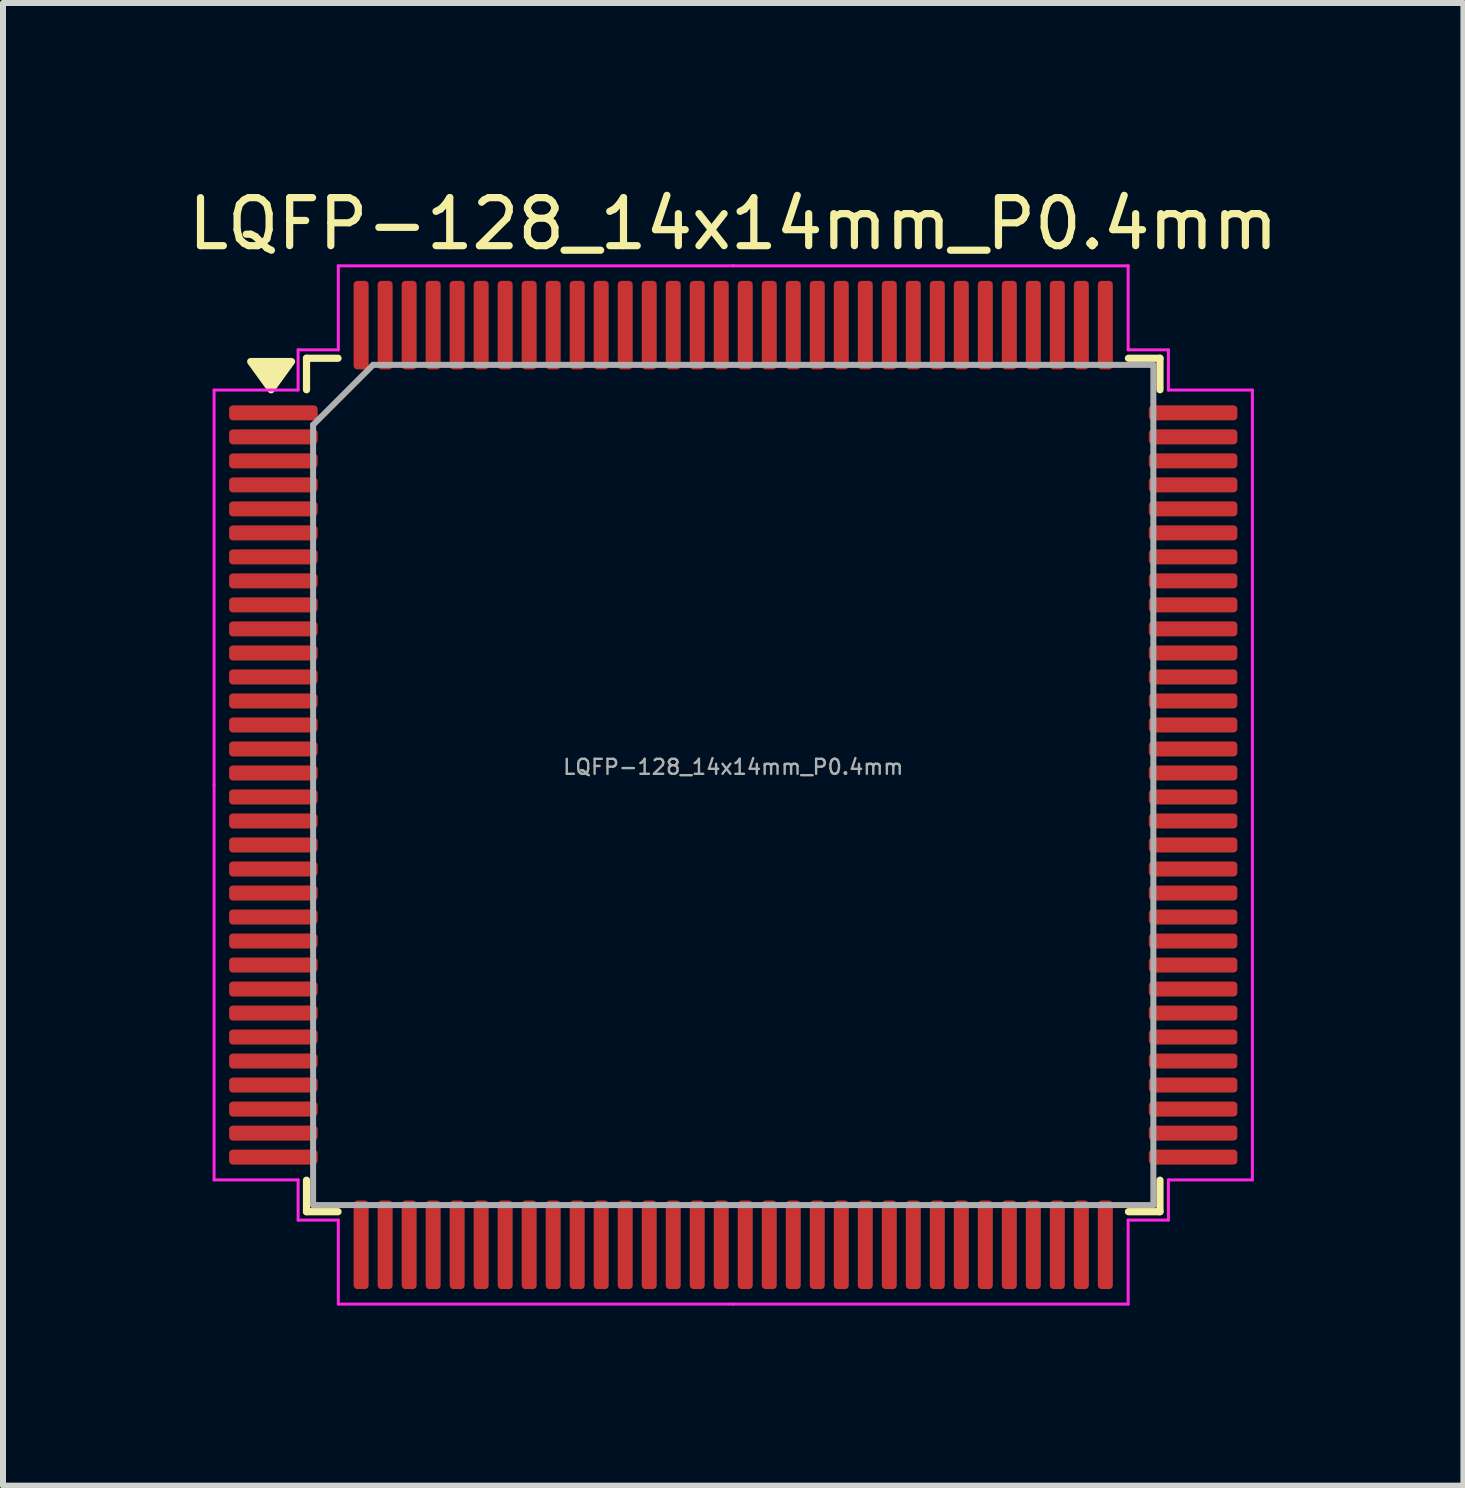
<source format=kicad_pcb>
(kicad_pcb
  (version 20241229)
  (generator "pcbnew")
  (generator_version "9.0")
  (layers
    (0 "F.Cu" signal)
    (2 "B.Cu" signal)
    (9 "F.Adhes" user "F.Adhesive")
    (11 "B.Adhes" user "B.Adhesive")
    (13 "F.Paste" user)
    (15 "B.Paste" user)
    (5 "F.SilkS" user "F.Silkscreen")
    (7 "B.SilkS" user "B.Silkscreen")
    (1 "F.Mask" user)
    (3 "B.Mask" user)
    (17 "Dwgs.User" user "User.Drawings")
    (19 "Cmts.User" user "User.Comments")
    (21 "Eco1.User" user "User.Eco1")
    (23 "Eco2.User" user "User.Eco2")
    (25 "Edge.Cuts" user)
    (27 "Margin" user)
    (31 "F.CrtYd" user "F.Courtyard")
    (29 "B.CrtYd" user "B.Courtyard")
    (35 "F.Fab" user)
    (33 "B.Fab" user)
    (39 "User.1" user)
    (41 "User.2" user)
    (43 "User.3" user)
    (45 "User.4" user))
  (footprint "LQFP-128_14x14mm_P0.4mm"
    (layer "F.Cu")
    (at 9.167 10.029)
    (property "Reference" "LQFP-128_14x14mm_P0.4mm" (at 0 -9.35 0) (layer "F.SilkS") (effects (font (size 0.8 0.8) (thickness 0.12))))
    (attr smd)
    (fp_line (start -7.11 -7.11) (end -7.11 -6.585) (stroke (width 0.12) (type solid)) (layer "F.SilkS"))
    (fp_line (start -7.11 7.11) (end -7.11 6.585) (stroke (width 0.12) (type solid)) (layer "F.SilkS"))
    (fp_line (start -6.585 -7.11) (end -7.11 -7.11) (stroke (width 0.12) (type solid)) (layer "F.SilkS"))
    (fp_line (start -6.585 7.11) (end -7.11 7.11) (stroke (width 0.12) (type solid)) (layer "F.SilkS"))
    (fp_line (start 6.585 -7.11) (end 7.11 -7.11) (stroke (width 0.12) (type solid)) (layer "F.SilkS"))
    (fp_line (start 6.585 7.11) (end 7.11 7.11) (stroke (width 0.12) (type solid)) (layer "F.SilkS"))
    (fp_line (start 7.11 -7.11) (end 7.11 -6.585) (stroke (width 0.12) (type solid)) (layer "F.SilkS"))
    (fp_line (start 7.11 7.11) (end 7.11 6.585) (stroke (width 0.12) (type solid)) (layer "F.SilkS"))
    (fp_poly (pts (xy -7.7 -6.585) (xy -8.04 -7.055) (xy -7.36 -7.055) (xy -7.7 -6.585)) (stroke (width 0.12) (type solid)) (fill yes) (layer "F.SilkS"))
    (fp_line (start -8.65 -6.58) (end -8.65 0) (stroke (width 0.05) (type solid)) (layer "F.CrtYd"))
    (fp_line (start -8.65 6.58) (end -8.65 0) (stroke (width 0.05) (type solid)) (layer "F.CrtYd"))
    (fp_line (start -7.25 -7.25) (end -7.25 -6.58) (stroke (width 0.05) (type solid)) (layer "F.CrtYd"))
    (fp_line (start -7.25 -6.58) (end -8.65 -6.58) (stroke (width 0.05) (type solid)) (layer "F.CrtYd"))
    (fp_line (start -7.25 6.58) (end -8.65 6.58) (stroke (width 0.05) (type solid)) (layer "F.CrtYd"))
    (fp_line (start -7.25 7.25) (end -7.25 6.58) (stroke (width 0.05) (type solid)) (layer "F.CrtYd"))
    (fp_line (start -6.58 -8.65) (end -6.58 -7.25) (stroke (width 0.05) (type solid)) (layer "F.CrtYd"))
    (fp_line (start -6.58 -7.25) (end -7.25 -7.25) (stroke (width 0.05) (type solid)) (layer "F.CrtYd"))
    (fp_line (start -6.58 7.25) (end -7.25 7.25) (stroke (width 0.05) (type solid)) (layer "F.CrtYd"))
    (fp_line (start -6.58 8.65) (end -6.58 7.25) (stroke (width 0.05) (type solid)) (layer "F.CrtYd"))
    (fp_line (start 0 -8.65) (end -6.58 -8.65) (stroke (width 0.05) (type solid)) (layer "F.CrtYd"))
    (fp_line (start 0 -8.65) (end 6.58 -8.65) (stroke (width 0.05) (type solid)) (layer "F.CrtYd"))
    (fp_line (start 0 8.65) (end -6.58 8.65) (stroke (width 0.05) (type solid)) (layer "F.CrtYd"))
    (fp_line (start 0 8.65) (end 6.58 8.65) (stroke (width 0.05) (type solid)) (layer "F.CrtYd"))
    (fp_line (start 6.58 -8.65) (end 6.58 -7.25) (stroke (width 0.05) (type solid)) (layer "F.CrtYd"))
    (fp_line (start 6.58 -7.25) (end 7.25 -7.25) (stroke (width 0.05) (type solid)) (layer "F.CrtYd"))
    (fp_line (start 6.58 7.25) (end 7.25 7.25) (stroke (width 0.05) (type solid)) (layer "F.CrtYd"))
    (fp_line (start 6.58 8.65) (end 6.58 7.25) (stroke (width 0.05) (type solid)) (layer "F.CrtYd"))
    (fp_line (start 7.25 -7.25) (end 7.25 -6.58) (stroke (width 0.05) (type solid)) (layer "F.CrtYd"))
    (fp_line (start 7.25 -6.58) (end 8.65 -6.58) (stroke (width 0.05) (type solid)) (layer "F.CrtYd"))
    (fp_line (start 7.25 6.58) (end 8.65 6.58) (stroke (width 0.05) (type solid)) (layer "F.CrtYd"))
    (fp_line (start 7.25 7.25) (end 7.25 6.58) (stroke (width 0.05) (type solid)) (layer "F.CrtYd"))
    (fp_line (start 8.65 -6.58) (end 8.65 0) (stroke (width 0.05) (type solid)) (layer "F.CrtYd"))
    (fp_line (start 8.65 6.58) (end 8.65 0) (stroke (width 0.05) (type solid)) (layer "F.CrtYd"))
    (fp_line (start -7 -6) (end -6 -7) (stroke (width 0.1) (type solid)) (layer "F.Fab"))
    (fp_line (start -7 7) (end -7 -6) (stroke (width 0.1) (type solid)) (layer "F.Fab"))
    (fp_line (start -6 -7) (end 7 -7) (stroke (width 0.1) (type solid)) (layer "F.Fab"))
    (fp_line (start 7 -7) (end 7 7) (stroke (width 0.1) (type solid)) (layer "F.Fab"))
    (fp_line (start 7 7) (end -7 7) (stroke (width 0.1) (type solid)) (layer "F.Fab"))
    (fp_text user "${REFERENCE}" (at 0 -0.3 0) (layer "F.Fab") (effects (font (size 0.25 0.25) (thickness 0.04))))
    (pad "1" smd roundrect (at -7.662 -6.2) (size 1.475 0.25) (layers "F.Cu" "F.Mask" "F.Paste") (roundrect_rratio 0.25))
    (pad "2" smd roundrect (at -7.662 -5.8) (size 1.475 0.25) (layers "F.Cu" "F.Mask" "F.Paste") (roundrect_rratio 0.25))
    (pad "3" smd roundrect (at -7.662 -5.4) (size 1.475 0.25) (layers "F.Cu" "F.Mask" "F.Paste") (roundrect_rratio 0.25))
    (pad "4" smd roundrect (at -7.662 -5) (size 1.475 0.25) (layers "F.Cu" "F.Mask" "F.Paste") (roundrect_rratio 0.25))
    (pad "5" smd roundrect (at -7.662 -4.6) (size 1.475 0.25) (layers "F.Cu" "F.Mask" "F.Paste") (roundrect_rratio 0.25))
    (pad "6" smd roundrect (at -7.662 -4.2) (size 1.475 0.25) (layers "F.Cu" "F.Mask" "F.Paste") (roundrect_rratio 0.25))
    (pad "7" smd roundrect (at -7.662 -3.8) (size 1.475 0.25) (layers "F.Cu" "F.Mask" "F.Paste") (roundrect_rratio 0.25))
    (pad "8" smd roundrect (at -7.662 -3.4) (size 1.475 0.25) (layers "F.Cu" "F.Mask" "F.Paste") (roundrect_rratio 0.25))
    (pad "9" smd roundrect (at -7.662 -3) (size 1.475 0.25) (layers "F.Cu" "F.Mask" "F.Paste") (roundrect_rratio 0.25))
    (pad "10" smd roundrect (at -7.662 -2.6) (size 1.475 0.25) (layers "F.Cu" "F.Mask" "F.Paste") (roundrect_rratio 0.25))
    (pad "11" smd roundrect (at -7.662 -2.2) (size 1.475 0.25) (layers "F.Cu" "F.Mask" "F.Paste") (roundrect_rratio 0.25))
    (pad "12" smd roundrect (at -7.662 -1.8) (size 1.475 0.25) (layers "F.Cu" "F.Mask" "F.Paste") (roundrect_rratio 0.25))
    (pad "13" smd roundrect (at -7.662 -1.4) (size 1.475 0.25) (layers "F.Cu" "F.Mask" "F.Paste") (roundrect_rratio 0.25))
    (pad "14" smd roundrect (at -7.662 -1) (size 1.475 0.25) (layers "F.Cu" "F.Mask" "F.Paste") (roundrect_rratio 0.25))
    (pad "15" smd roundrect (at -7.662 -0.6) (size 1.475 0.25) (layers "F.Cu" "F.Mask" "F.Paste") (roundrect_rratio 0.25))
    (pad "16" smd roundrect (at -7.662 -0.2) (size 1.475 0.25) (layers "F.Cu" "F.Mask" "F.Paste") (roundrect_rratio 0.25))
    (pad "17" smd roundrect (at -7.662 0.2) (size 1.475 0.25) (layers "F.Cu" "F.Mask" "F.Paste") (roundrect_rratio 0.25))
    (pad "18" smd roundrect (at -7.662 0.6) (size 1.475 0.25) (layers "F.Cu" "F.Mask" "F.Paste") (roundrect_rratio 0.25))
    (pad "19" smd roundrect (at -7.662 1) (size 1.475 0.25) (layers "F.Cu" "F.Mask" "F.Paste") (roundrect_rratio 0.25))
    (pad "20" smd roundrect (at -7.662 1.4) (size 1.475 0.25) (layers "F.Cu" "F.Mask" "F.Paste") (roundrect_rratio 0.25))
    (pad "21" smd roundrect (at -7.662 1.8) (size 1.475 0.25) (layers "F.Cu" "F.Mask" "F.Paste") (roundrect_rratio 0.25))
    (pad "22" smd roundrect (at -7.662 2.2) (size 1.475 0.25) (layers "F.Cu" "F.Mask" "F.Paste") (roundrect_rratio 0.25))
    (pad "23" smd roundrect (at -7.662 2.6) (size 1.475 0.25) (layers "F.Cu" "F.Mask" "F.Paste") (roundrect_rratio 0.25))
    (pad "24" smd roundrect (at -7.662 3) (size 1.475 0.25) (layers "F.Cu" "F.Mask" "F.Paste") (roundrect_rratio 0.25))
    (pad "25" smd roundrect (at -7.662 3.4) (size 1.475 0.25) (layers "F.Cu" "F.Mask" "F.Paste") (roundrect_rratio 0.25))
    (pad "26" smd roundrect (at -7.662 3.8) (size 1.475 0.25) (layers "F.Cu" "F.Mask" "F.Paste") (roundrect_rratio 0.25))
    (pad "27" smd roundrect (at -7.662 4.2) (size 1.475 0.25) (layers "F.Cu" "F.Mask" "F.Paste") (roundrect_rratio 0.25))
    (pad "28" smd roundrect (at -7.662 4.6) (size 1.475 0.25) (layers "F.Cu" "F.Mask" "F.Paste") (roundrect_rratio 0.25))
    (pad "29" smd roundrect (at -7.662 5) (size 1.475 0.25) (layers "F.Cu" "F.Mask" "F.Paste") (roundrect_rratio 0.25))
    (pad "30" smd roundrect (at -7.662 5.4) (size 1.475 0.25) (layers "F.Cu" "F.Mask" "F.Paste") (roundrect_rratio 0.25))
    (pad "31" smd roundrect (at -7.662 5.8) (size 1.475 0.25) (layers "F.Cu" "F.Mask" "F.Paste") (roundrect_rratio 0.25))
    (pad "32" smd roundrect (at -7.662 6.2) (size 1.475 0.25) (layers "F.Cu" "F.Mask" "F.Paste") (roundrect_rratio 0.25))
    (pad "33" smd roundrect (at -6.2 7.662) (size 0.25 1.475) (layers "F.Cu" "F.Mask" "F.Paste") (roundrect_rratio 0.25))
    (pad "34" smd roundrect (at -5.8 7.662) (size 0.25 1.475) (layers "F.Cu" "F.Mask" "F.Paste") (roundrect_rratio 0.25))
    (pad "35" smd roundrect (at -5.4 7.662) (size 0.25 1.475) (layers "F.Cu" "F.Mask" "F.Paste") (roundrect_rratio 0.25))
    (pad "36" smd roundrect (at -5 7.662) (size 0.25 1.475) (layers "F.Cu" "F.Mask" "F.Paste") (roundrect_rratio 0.25))
    (pad "37" smd roundrect (at -4.6 7.662) (size 0.25 1.475) (layers "F.Cu" "F.Mask" "F.Paste") (roundrect_rratio 0.25))
    (pad "38" smd roundrect (at -4.2 7.662) (size 0.25 1.475) (layers "F.Cu" "F.Mask" "F.Paste") (roundrect_rratio 0.25))
    (pad "39" smd roundrect (at -3.8 7.662) (size 0.25 1.475) (layers "F.Cu" "F.Mask" "F.Paste") (roundrect_rratio 0.25))
    (pad "40" smd roundrect (at -3.4 7.662) (size 0.25 1.475) (layers "F.Cu" "F.Mask" "F.Paste") (roundrect_rratio 0.25))
    (pad "41" smd roundrect (at -3 7.662) (size 0.25 1.475) (layers "F.Cu" "F.Mask" "F.Paste") (roundrect_rratio 0.25))
    (pad "42" smd roundrect (at -2.6 7.662) (size 0.25 1.475) (layers "F.Cu" "F.Mask" "F.Paste") (roundrect_rratio 0.25))
    (pad "43" smd roundrect (at -2.2 7.662) (size 0.25 1.475) (layers "F.Cu" "F.Mask" "F.Paste") (roundrect_rratio 0.25))
    (pad "44" smd roundrect (at -1.8 7.662) (size 0.25 1.475) (layers "F.Cu" "F.Mask" "F.Paste") (roundrect_rratio 0.25))
    (pad "45" smd roundrect (at -1.4 7.662) (size 0.25 1.475) (layers "F.Cu" "F.Mask" "F.Paste") (roundrect_rratio 0.25))
    (pad "46" smd roundrect (at -1 7.662) (size 0.25 1.475) (layers "F.Cu" "F.Mask" "F.Paste") (roundrect_rratio 0.25))
    (pad "47" smd roundrect (at -0.6 7.662) (size 0.25 1.475) (layers "F.Cu" "F.Mask" "F.Paste") (roundrect_rratio 0.25))
    (pad "48" smd roundrect (at -0.2 7.662) (size 0.25 1.475) (layers "F.Cu" "F.Mask" "F.Paste") (roundrect_rratio 0.25))
    (pad "49" smd roundrect (at 0.2 7.662) (size 0.25 1.475) (layers "F.Cu" "F.Mask" "F.Paste") (roundrect_rratio 0.25))
    (pad "50" smd roundrect (at 0.6 7.662) (size 0.25 1.475) (layers "F.Cu" "F.Mask" "F.Paste") (roundrect_rratio 0.25))
    (pad "51" smd roundrect (at 1 7.662) (size 0.25 1.475) (layers "F.Cu" "F.Mask" "F.Paste") (roundrect_rratio 0.25))
    (pad "52" smd roundrect (at 1.4 7.662) (size 0.25 1.475) (layers "F.Cu" "F.Mask" "F.Paste") (roundrect_rratio 0.25))
    (pad "53" smd roundrect (at 1.8 7.662) (size 0.25 1.475) (layers "F.Cu" "F.Mask" "F.Paste") (roundrect_rratio 0.25))
    (pad "54" smd roundrect (at 2.2 7.662) (size 0.25 1.475) (layers "F.Cu" "F.Mask" "F.Paste") (roundrect_rratio 0.25))
    (pad "55" smd roundrect (at 2.6 7.662) (size 0.25 1.475) (layers "F.Cu" "F.Mask" "F.Paste") (roundrect_rratio 0.25))
    (pad "56" smd roundrect (at 3 7.662) (size 0.25 1.475) (layers "F.Cu" "F.Mask" "F.Paste") (roundrect_rratio 0.25))
    (pad "57" smd roundrect (at 3.4 7.662) (size 0.25 1.475) (layers "F.Cu" "F.Mask" "F.Paste") (roundrect_rratio 0.25))
    (pad "58" smd roundrect (at 3.8 7.662) (size 0.25 1.475) (layers "F.Cu" "F.Mask" "F.Paste") (roundrect_rratio 0.25))
    (pad "59" smd roundrect (at 4.2 7.662) (size 0.25 1.475) (layers "F.Cu" "F.Mask" "F.Paste") (roundrect_rratio 0.25))
    (pad "60" smd roundrect (at 4.6 7.662) (size 0.25 1.475) (layers "F.Cu" "F.Mask" "F.Paste") (roundrect_rratio 0.25))
    (pad "61" smd roundrect (at 5 7.662) (size 0.25 1.475) (layers "F.Cu" "F.Mask" "F.Paste") (roundrect_rratio 0.25))
    (pad "62" smd roundrect (at 5.4 7.662) (size 0.25 1.475) (layers "F.Cu" "F.Mask" "F.Paste") (roundrect_rratio 0.25))
    (pad "63" smd roundrect (at 5.8 7.662) (size 0.25 1.475) (layers "F.Cu" "F.Mask" "F.Paste") (roundrect_rratio 0.25))
    (pad "64" smd roundrect (at 6.2 7.662) (size 0.25 1.475) (layers "F.Cu" "F.Mask" "F.Paste") (roundrect_rratio 0.25))
    (pad "65" smd roundrect (at 7.662 6.2) (size 1.475 0.25) (layers "F.Cu" "F.Mask" "F.Paste") (roundrect_rratio 0.25))
    (pad "66" smd roundrect (at 7.662 5.8) (size 1.475 0.25) (layers "F.Cu" "F.Mask" "F.Paste") (roundrect_rratio 0.25))
    (pad "67" smd roundrect (at 7.662 5.4) (size 1.475 0.25) (layers "F.Cu" "F.Mask" "F.Paste") (roundrect_rratio 0.25))
    (pad "68" smd roundrect (at 7.662 5) (size 1.475 0.25) (layers "F.Cu" "F.Mask" "F.Paste") (roundrect_rratio 0.25))
    (pad "69" smd roundrect (at 7.662 4.6) (size 1.475 0.25) (layers "F.Cu" "F.Mask" "F.Paste") (roundrect_rratio 0.25))
    (pad "70" smd roundrect (at 7.662 4.2) (size 1.475 0.25) (layers "F.Cu" "F.Mask" "F.Paste") (roundrect_rratio 0.25))
    (pad "71" smd roundrect (at 7.662 3.8) (size 1.475 0.25) (layers "F.Cu" "F.Mask" "F.Paste") (roundrect_rratio 0.25))
    (pad "72" smd roundrect (at 7.662 3.4) (size 1.475 0.25) (layers "F.Cu" "F.Mask" "F.Paste") (roundrect_rratio 0.25))
    (pad "73" smd roundrect (at 7.662 3) (size 1.475 0.25) (layers "F.Cu" "F.Mask" "F.Paste") (roundrect_rratio 0.25))
    (pad "74" smd roundrect (at 7.662 2.6) (size 1.475 0.25) (layers "F.Cu" "F.Mask" "F.Paste") (roundrect_rratio 0.25))
    (pad "75" smd roundrect (at 7.662 2.2) (size 1.475 0.25) (layers "F.Cu" "F.Mask" "F.Paste") (roundrect_rratio 0.25))
    (pad "76" smd roundrect (at 7.662 1.8) (size 1.475 0.25) (layers "F.Cu" "F.Mask" "F.Paste") (roundrect_rratio 0.25))
    (pad "77" smd roundrect (at 7.662 1.4) (size 1.475 0.25) (layers "F.Cu" "F.Mask" "F.Paste") (roundrect_rratio 0.25))
    (pad "78" smd roundrect (at 7.662 1) (size 1.475 0.25) (layers "F.Cu" "F.Mask" "F.Paste") (roundrect_rratio 0.25))
    (pad "79" smd roundrect (at 7.662 0.6) (size 1.475 0.25) (layers "F.Cu" "F.Mask" "F.Paste") (roundrect_rratio 0.25))
    (pad "80" smd roundrect (at 7.662 0.2) (size 1.475 0.25) (layers "F.Cu" "F.Mask" "F.Paste") (roundrect_rratio 0.25))
    (pad "81" smd roundrect (at 7.662 -0.2) (size 1.475 0.25) (layers "F.Cu" "F.Mask" "F.Paste") (roundrect_rratio 0.25))
    (pad "82" smd roundrect (at 7.662 -0.6) (size 1.475 0.25) (layers "F.Cu" "F.Mask" "F.Paste") (roundrect_rratio 0.25))
    (pad "83" smd roundrect (at 7.662 -1) (size 1.475 0.25) (layers "F.Cu" "F.Mask" "F.Paste") (roundrect_rratio 0.25))
    (pad "84" smd roundrect (at 7.662 -1.4) (size 1.475 0.25) (layers "F.Cu" "F.Mask" "F.Paste") (roundrect_rratio 0.25))
    (pad "85" smd roundrect (at 7.662 -1.8) (size 1.475 0.25) (layers "F.Cu" "F.Mask" "F.Paste") (roundrect_rratio 0.25))
    (pad "86" smd roundrect (at 7.662 -2.2) (size 1.475 0.25) (layers "F.Cu" "F.Mask" "F.Paste") (roundrect_rratio 0.25))
    (pad "87" smd roundrect (at 7.662 -2.6) (size 1.475 0.25) (layers "F.Cu" "F.Mask" "F.Paste") (roundrect_rratio 0.25))
    (pad "88" smd roundrect (at 7.662 -3) (size 1.475 0.25) (layers "F.Cu" "F.Mask" "F.Paste") (roundrect_rratio 0.25))
    (pad "89" smd roundrect (at 7.662 -3.4) (size 1.475 0.25) (layers "F.Cu" "F.Mask" "F.Paste") (roundrect_rratio 0.25))
    (pad "90" smd roundrect (at 7.662 -3.8) (size 1.475 0.25) (layers "F.Cu" "F.Mask" "F.Paste") (roundrect_rratio 0.25))
    (pad "91" smd roundrect (at 7.662 -4.2) (size 1.475 0.25) (layers "F.Cu" "F.Mask" "F.Paste") (roundrect_rratio 0.25))
    (pad "92" smd roundrect (at 7.662 -4.6) (size 1.475 0.25) (layers "F.Cu" "F.Mask" "F.Paste") (roundrect_rratio 0.25))
    (pad "93" smd roundrect (at 7.662 -5) (size 1.475 0.25) (layers "F.Cu" "F.Mask" "F.Paste") (roundrect_rratio 0.25))
    (pad "94" smd roundrect (at 7.662 -5.4) (size 1.475 0.25) (layers "F.Cu" "F.Mask" "F.Paste") (roundrect_rratio 0.25))
    (pad "95" smd roundrect (at 7.662 -5.8) (size 1.475 0.25) (layers "F.Cu" "F.Mask" "F.Paste") (roundrect_rratio 0.25))
    (pad "96" smd roundrect (at 7.662 -6.2) (size 1.475 0.25) (layers "F.Cu" "F.Mask" "F.Paste") (roundrect_rratio 0.25))
    (pad "97" smd roundrect (at 6.2 -7.662) (size 0.25 1.475) (layers "F.Cu" "F.Mask" "F.Paste") (roundrect_rratio 0.25))
    (pad "98" smd roundrect (at 5.8 -7.662) (size 0.25 1.475) (layers "F.Cu" "F.Mask" "F.Paste") (roundrect_rratio 0.25))
    (pad "99" smd roundrect (at 5.4 -7.662) (size 0.25 1.475) (layers "F.Cu" "F.Mask" "F.Paste") (roundrect_rratio 0.25))
    (pad "100" smd roundrect (at 5 -7.662) (size 0.25 1.475) (layers "F.Cu" "F.Mask" "F.Paste") (roundrect_rratio 0.25))
    (pad "101" smd roundrect (at 4.6 -7.662) (size 0.25 1.475) (layers "F.Cu" "F.Mask" "F.Paste") (roundrect_rratio 0.25))
    (pad "102" smd roundrect (at 4.2 -7.662) (size 0.25 1.475) (layers "F.Cu" "F.Mask" "F.Paste") (roundrect_rratio 0.25))
    (pad "103" smd roundrect (at 3.8 -7.662) (size 0.25 1.475) (layers "F.Cu" "F.Mask" "F.Paste") (roundrect_rratio 0.25))
    (pad "104" smd roundrect (at 3.4 -7.662) (size 0.25 1.475) (layers "F.Cu" "F.Mask" "F.Paste") (roundrect_rratio 0.25))
    (pad "105" smd roundrect (at 3 -7.662) (size 0.25 1.475) (layers "F.Cu" "F.Mask" "F.Paste") (roundrect_rratio 0.25))
    (pad "106" smd roundrect (at 2.6 -7.662) (size 0.25 1.475) (layers "F.Cu" "F.Mask" "F.Paste") (roundrect_rratio 0.25))
    (pad "107" smd roundrect (at 2.2 -7.662) (size 0.25 1.475) (layers "F.Cu" "F.Mask" "F.Paste") (roundrect_rratio 0.25))
    (pad "108" smd roundrect (at 1.8 -7.662) (size 0.25 1.475) (layers "F.Cu" "F.Mask" "F.Paste") (roundrect_rratio 0.25))
    (pad "109" smd roundrect (at 1.4 -7.662) (size 0.25 1.475) (layers "F.Cu" "F.Mask" "F.Paste") (roundrect_rratio 0.25))
    (pad "110" smd roundrect (at 1 -7.662) (size 0.25 1.475) (layers "F.Cu" "F.Mask" "F.Paste") (roundrect_rratio 0.25))
    (pad "111" smd roundrect (at 0.6 -7.662) (size 0.25 1.475) (layers "F.Cu" "F.Mask" "F.Paste") (roundrect_rratio 0.25))
    (pad "112" smd roundrect (at 0.2 -7.662) (size 0.25 1.475) (layers "F.Cu" "F.Mask" "F.Paste") (roundrect_rratio 0.25))
    (pad "113" smd roundrect (at -0.2 -7.662) (size 0.25 1.475) (layers "F.Cu" "F.Mask" "F.Paste") (roundrect_rratio 0.25))
    (pad "114" smd roundrect (at -0.6 -7.662) (size 0.25 1.475) (layers "F.Cu" "F.Mask" "F.Paste") (roundrect_rratio 0.25))
    (pad "115" smd roundrect (at -1 -7.662) (size 0.25 1.475) (layers "F.Cu" "F.Mask" "F.Paste") (roundrect_rratio 0.25))
    (pad "116" smd roundrect (at -1.4 -7.662) (size 0.25 1.475) (layers "F.Cu" "F.Mask" "F.Paste") (roundrect_rratio 0.25))
    (pad "117" smd roundrect (at -1.8 -7.662) (size 0.25 1.475) (layers "F.Cu" "F.Mask" "F.Paste") (roundrect_rratio 0.25))
    (pad "118" smd roundrect (at -2.2 -7.662) (size 0.25 1.475) (layers "F.Cu" "F.Mask" "F.Paste") (roundrect_rratio 0.25))
    (pad "119" smd roundrect (at -2.6 -7.662) (size 0.25 1.475) (layers "F.Cu" "F.Mask" "F.Paste") (roundrect_rratio 0.25))
    (pad "120" smd roundrect (at -3 -7.662) (size 0.25 1.475) (layers "F.Cu" "F.Mask" "F.Paste") (roundrect_rratio 0.25))
    (pad "121" smd roundrect (at -3.4 -7.662) (size 0.25 1.475) (layers "F.Cu" "F.Mask" "F.Paste") (roundrect_rratio 0.25))
    (pad "122" smd roundrect (at -3.8 -7.662) (size 0.25 1.475) (layers "F.Cu" "F.Mask" "F.Paste") (roundrect_rratio 0.25))
    (pad "123" smd roundrect (at -4.2 -7.662) (size 0.25 1.475) (layers "F.Cu" "F.Mask" "F.Paste") (roundrect_rratio 0.25))
    (pad "124" smd roundrect (at -4.6 -7.662) (size 0.25 1.475) (layers "F.Cu" "F.Mask" "F.Paste") (roundrect_rratio 0.25))
    (pad "125" smd roundrect (at -5 -7.662) (size 0.25 1.475) (layers "F.Cu" "F.Mask" "F.Paste") (roundrect_rratio 0.25))
    (pad "126" smd roundrect (at -5.4 -7.662) (size 0.25 1.475) (layers "F.Cu" "F.Mask" "F.Paste") (roundrect_rratio 0.25))
    (pad "127" smd roundrect (at -5.8 -7.662) (size 0.25 1.475) (layers "F.Cu" "F.Mask" "F.Paste") (roundrect_rratio 0.25))
    (pad "128" smd roundrect (at -6.2 -7.662) (size 0.25 1.475) (layers "F.Cu" "F.Mask" "F.Paste") (roundrect_rratio 0.25)))
  (gr_rect
    (start -3 -3)
    (end 21.333 21.704)
    (stroke (width 0.1) (type default))
    (fill no)
    (layer "Edge.Cuts")))
</source>
